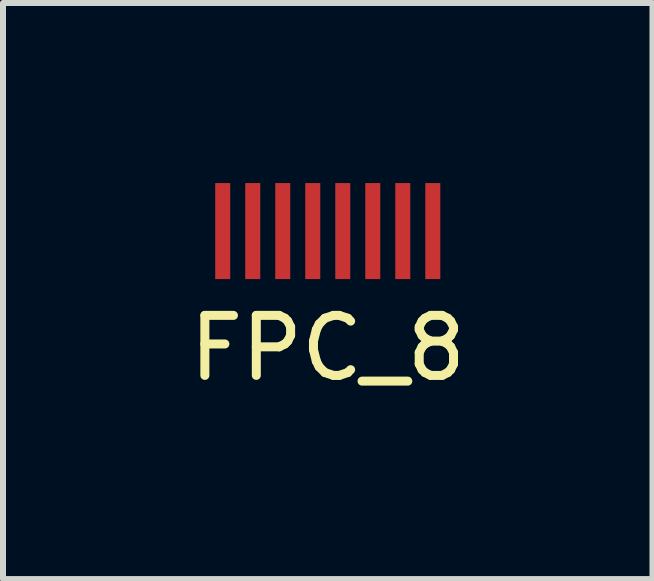
<source format=kicad_pcb>
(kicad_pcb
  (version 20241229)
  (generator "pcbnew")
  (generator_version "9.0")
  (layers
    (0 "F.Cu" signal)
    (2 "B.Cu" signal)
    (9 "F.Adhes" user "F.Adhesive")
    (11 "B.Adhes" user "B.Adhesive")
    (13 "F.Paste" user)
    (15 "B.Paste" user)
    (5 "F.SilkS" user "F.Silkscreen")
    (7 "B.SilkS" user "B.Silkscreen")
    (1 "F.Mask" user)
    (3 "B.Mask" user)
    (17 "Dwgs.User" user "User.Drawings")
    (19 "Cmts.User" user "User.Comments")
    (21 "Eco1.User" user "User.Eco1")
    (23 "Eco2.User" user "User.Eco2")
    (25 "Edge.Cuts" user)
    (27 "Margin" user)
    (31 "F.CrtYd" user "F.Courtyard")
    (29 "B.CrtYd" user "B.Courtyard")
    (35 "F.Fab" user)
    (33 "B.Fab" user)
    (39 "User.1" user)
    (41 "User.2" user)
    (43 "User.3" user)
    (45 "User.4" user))
  (footprint "FPC_8"
    (layer "F.Cu")
    (at 2.411 0.8)
    (property "Reference" "FPC_8" (at 0 1.95 0) (layer "F.SilkS") (effects (font (size 1 1) (thickness 0.15))))
    (attr smd)
    (pad "1" smd rect (at -1.75 0) (size 0.25 1.6) (layers "F.Cu" "F.Mask" "F.Paste"))
    (pad "2" smd rect (at -1.25 0) (size 0.25 1.6) (layers "F.Cu" "F.Mask" "F.Paste"))
    (pad "3" smd rect (at -0.75 0) (size 0.25 1.6) (layers "F.Cu" "F.Mask" "F.Paste"))
    (pad "4" smd rect (at -0.25 0) (size 0.25 1.6) (layers "F.Cu" "F.Mask" "F.Paste"))
    (pad "5" smd rect (at 0.25 0) (size 0.25 1.6) (layers "F.Cu" "F.Mask" "F.Paste"))
    (pad "6" smd rect (at 0.75 0) (size 0.25 1.6) (layers "F.Cu" "F.Mask" "F.Paste"))
    (pad "7" smd rect (at 1.25 0) (size 0.25 1.6) (layers "F.Cu" "F.Mask" "F.Paste"))
    (pad "8" smd rect (at 1.75 0) (size 0.25 1.6) (layers "F.Cu" "F.Mask" "F.Paste")))
  (gr_rect
    (start -3 -3)
    (end 7.821 6.598)
    (stroke (width 0.1) (type default))
    (fill no)
    (layer "Edge.Cuts")))
</source>
